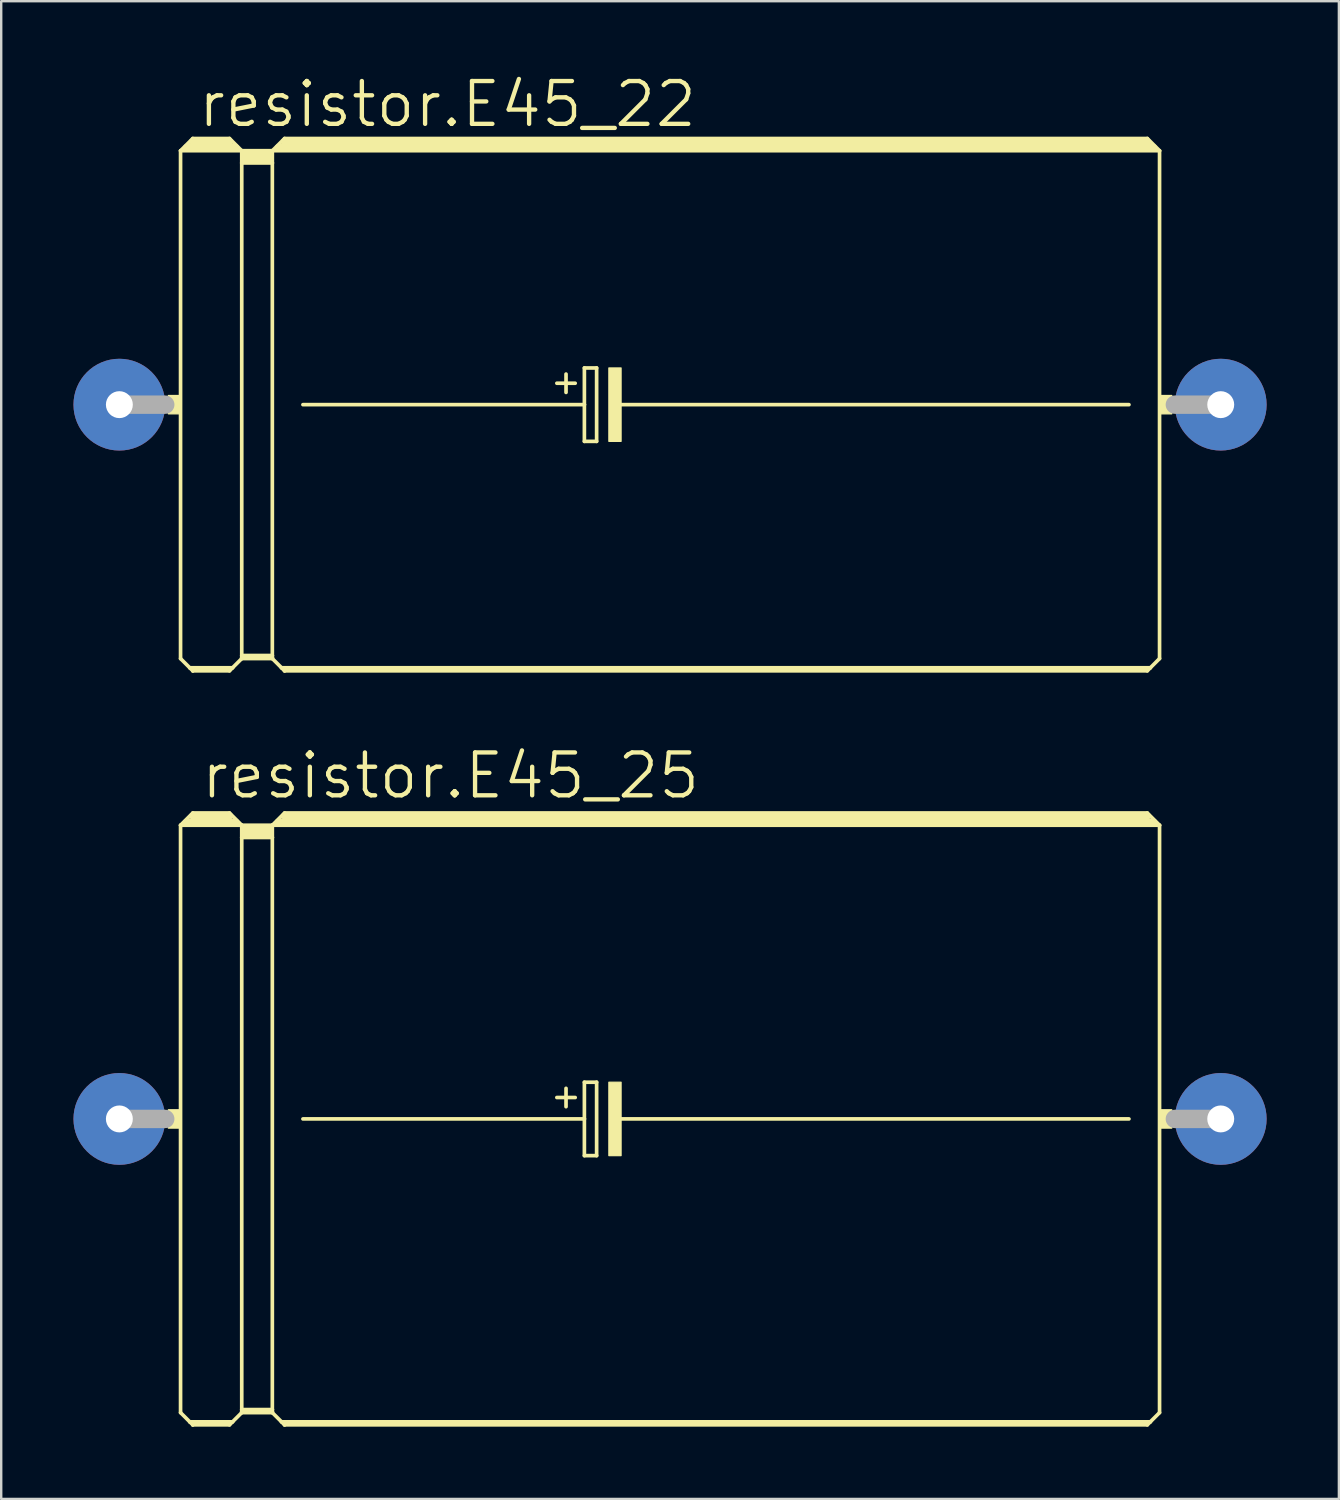
<source format=kicad_pcb>
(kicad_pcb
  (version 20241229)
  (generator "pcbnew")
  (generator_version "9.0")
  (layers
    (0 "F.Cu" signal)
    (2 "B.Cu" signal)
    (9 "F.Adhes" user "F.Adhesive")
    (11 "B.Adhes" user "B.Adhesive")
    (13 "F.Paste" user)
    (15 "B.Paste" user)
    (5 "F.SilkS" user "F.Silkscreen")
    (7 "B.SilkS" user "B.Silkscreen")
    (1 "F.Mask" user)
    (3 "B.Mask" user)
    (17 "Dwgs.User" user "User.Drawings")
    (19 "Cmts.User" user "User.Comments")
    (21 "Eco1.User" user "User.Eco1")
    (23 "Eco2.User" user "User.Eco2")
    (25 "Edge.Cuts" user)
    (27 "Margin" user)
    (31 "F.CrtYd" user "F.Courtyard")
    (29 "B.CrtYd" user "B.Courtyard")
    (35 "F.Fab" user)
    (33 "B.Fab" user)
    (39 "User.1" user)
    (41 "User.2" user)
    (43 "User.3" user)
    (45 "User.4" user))
  (footprint "resistor.E45_22"
    (layer "F.Cu")
    (at 24.765 13.748)
    (property "Reference" "resistor.E45_22" (at -19.685 -11.43 0) (layer "F.SilkS") (effects (font (size 1.778 1.778) (thickness 0.18)) (justify left bottom)))
    (attr through_hole)
    (fp_line (start -20.32 -10.541) (end -20.32 10.541) (stroke (width 0.152) (type default)) (layer "F.SilkS"))
    (fp_line (start -20.32 -10.541) (end -19.812 -11.049) (stroke (width 0.152) (type default)) (layer "F.SilkS"))
    (fp_line (start -20.32 -10.541) (end -17.78 -10.541) (stroke (width 0.152) (type default)) (layer "F.SilkS"))
    (fp_line (start -20.32 10.541) (end -19.939 10.922) (stroke (width 0.152) (type default)) (layer "F.SilkS"))
    (fp_line (start -20.066 -10.668) (end -18.034 -10.668) (stroke (width 0.305) (type default)) (layer "F.SilkS"))
    (fp_line (start -19.939 10.922) (end -19.812 11.049) (stroke (width 0.152) (type default)) (layer "F.SilkS"))
    (fp_line (start -19.939 10.922) (end -18.161 10.922) (stroke (width 0.152) (type default)) (layer "F.SilkS"))
    (fp_line (start -19.812 -11.049) (end -18.288 -11.049) (stroke (width 0.152) (type default)) (layer "F.SilkS"))
    (fp_line (start -19.812 -10.922) (end -18.288 -10.922) (stroke (width 0.305) (type default)) (layer "F.SilkS"))
    (fp_line (start -19.812 10.998) (end -18.288 10.998) (stroke (width 0.152) (type default)) (layer "F.SilkS"))
    (fp_line (start -19.812 11.049) (end -19.812 10.998) (stroke (width 0.152) (type default)) (layer "F.SilkS"))
    (fp_line (start -19.812 11.049) (end -18.288 11.049) (stroke (width 0.152) (type default)) (layer "F.SilkS"))
    (fp_line (start -18.288 -11.049) (end -17.78 -10.541) (stroke (width 0.152) (type default)) (layer "F.SilkS"))
    (fp_line (start -18.288 11.049) (end -18.161 10.922) (stroke (width 0.152) (type default)) (layer "F.SilkS"))
    (fp_line (start -18.161 10.922) (end -17.78 10.541) (stroke (width 0.152) (type default)) (layer "F.SilkS"))
    (fp_line (start -17.78 -10.541) (end -16.51 -10.541) (stroke (width 0.152) (type default)) (layer "F.SilkS"))
    (fp_line (start -17.78 -10.033) (end -17.78 -10.541) (stroke (width 0.152) (type default)) (layer "F.SilkS"))
    (fp_line (start -17.78 -10.033) (end -16.51 -10.033) (stroke (width 0.152) (type default)) (layer "F.SilkS"))
    (fp_line (start -17.78 10.414) (end -17.78 -10.033) (stroke (width 0.152) (type default)) (layer "F.SilkS"))
    (fp_line (start -17.78 10.414) (end -16.51 10.414) (stroke (width 0.152) (type default)) (layer "F.SilkS"))
    (fp_line (start -17.78 10.49) (end -17.78 10.414) (stroke (width 0.152) (type default)) (layer "F.SilkS"))
    (fp_line (start -17.78 10.49) (end -16.51 10.49) (stroke (width 0.152) (type default)) (layer "F.SilkS"))
    (fp_line (start -17.78 10.541) (end -17.78 10.49) (stroke (width 0.152) (type default)) (layer "F.SilkS"))
    (fp_line (start -17.78 10.541) (end -16.51 10.541) (stroke (width 0.152) (type default)) (layer "F.SilkS"))
    (fp_line (start -17.653 -10.414) (end -16.637 -10.414) (stroke (width 0.305) (type default)) (layer "F.SilkS"))
    (fp_line (start -17.653 -10.16) (end -16.637 -10.16) (stroke (width 0.305) (type default)) (layer "F.SilkS"))
    (fp_line (start -16.51 -10.541) (end -16.002 -11.049) (stroke (width 0.152) (type default)) (layer "F.SilkS"))
    (fp_line (start -16.51 -10.541) (end 20.32 -10.541) (stroke (width 0.152) (type default)) (layer "F.SilkS"))
    (fp_line (start -16.51 -10.033) (end -16.51 -10.541) (stroke (width 0.152) (type default)) (layer "F.SilkS"))
    (fp_line (start -16.51 10.414) (end -16.51 -10.033) (stroke (width 0.152) (type default)) (layer "F.SilkS"))
    (fp_line (start -16.51 10.49) (end -16.51 10.414) (stroke (width 0.152) (type default)) (layer "F.SilkS"))
    (fp_line (start -16.51 10.541) (end -16.51 10.49) (stroke (width 0.152) (type default)) (layer "F.SilkS"))
    (fp_line (start -16.51 10.541) (end -16.129 10.922) (stroke (width 0.152) (type default)) (layer "F.SilkS"))
    (fp_line (start -16.256 -10.668) (end 20.066 -10.668) (stroke (width 0.305) (type default)) (layer "F.SilkS"))
    (fp_line (start -16.129 10.922) (end -16.002 11.049) (stroke (width 0.152) (type default)) (layer "F.SilkS"))
    (fp_line (start -16.129 10.922) (end 19.939 10.922) (stroke (width 0.152) (type default)) (layer "F.SilkS"))
    (fp_line (start -16.002 -11.049) (end 19.812 -11.049) (stroke (width 0.152) (type default)) (layer "F.SilkS"))
    (fp_line (start -16.002 -10.922) (end 19.812 -10.922) (stroke (width 0.305) (type default)) (layer "F.SilkS"))
    (fp_line (start -16.002 10.998) (end 19.812 10.998) (stroke (width 0.152) (type default)) (layer "F.SilkS"))
    (fp_line (start -16.002 11.049) (end -16.002 10.998) (stroke (width 0.152) (type default)) (layer "F.SilkS"))
    (fp_line (start -16.002 11.049) (end 19.812 11.049) (stroke (width 0.152) (type default)) (layer "F.SilkS"))
    (fp_line (start -15.24 0) (end -3.556 0) (stroke (width 0.152) (type default)) (layer "F.SilkS"))
    (fp_line (start -4.699 -0.889) (end -3.937 -0.889) (stroke (width 0.152) (type default)) (layer "F.SilkS"))
    (fp_line (start -4.318 -1.27) (end -4.318 -0.508) (stroke (width 0.152) (type default)) (layer "F.SilkS"))
    (fp_line (start -3.556 -1.524) (end -3.556 0) (stroke (width 0.152) (type default)) (layer "F.SilkS"))
    (fp_line (start -3.556 0) (end -3.556 1.524) (stroke (width 0.152) (type default)) (layer "F.SilkS"))
    (fp_line (start -3.556 1.524) (end -3.048 1.524) (stroke (width 0.152) (type default)) (layer "F.SilkS"))
    (fp_line (start -3.048 -1.524) (end -3.556 -1.524) (stroke (width 0.152) (type default)) (layer "F.SilkS"))
    (fp_line (start -3.048 1.524) (end -3.048 -1.524) (stroke (width 0.152) (type default)) (layer "F.SilkS"))
    (fp_line (start -2.159 0) (end 19.05 0) (stroke (width 0.152) (type default)) (layer "F.SilkS"))
    (fp_line (start 19.812 -11.049) (end 20.32 -10.541) (stroke (width 0.152) (type default)) (layer "F.SilkS"))
    (fp_line (start 19.812 11.049) (end 19.939 10.922) (stroke (width 0.152) (type default)) (layer "F.SilkS"))
    (fp_line (start 19.939 10.922) (end 20.32 10.541) (stroke (width 0.152) (type default)) (layer "F.SilkS"))
    (fp_line (start 20.32 -10.541) (end 20.32 10.541) (stroke (width 0.152) (type default)) (layer "F.SilkS"))
    (fp_rect (start -20.828 0.381) (end -20.32 -0.381) (stroke (width 0.05) (type default)) (fill yes) (layer "F.SilkS"))
    (fp_rect (start -2.54 1.524) (end -2.032 -1.524) (stroke (width 0.05) (type default)) (fill yes) (layer "F.SilkS"))
    (fp_rect (start 20.32 0.381) (end 20.828 -0.381) (stroke (width 0.05) (type default)) (fill yes) (layer "F.SilkS"))
    (fp_line (start -22.86 0) (end -20.955 0) (stroke (width 0.762) (type default)) (layer "F.Fab"))
    (fp_line (start 22.86 0) (end 20.955 0) (stroke (width 0.762) (type default)) (layer "F.Fab"))
    (pad "+" thru_hole circle (at -22.86 0) (size 3.81 3.81) (drill 1.118) (layers "*.Cu" "*.Mask"))
    (pad "-" thru_hole circle (at 22.86 0) (size 3.81 3.81) (drill 1.118) (layers "*.Cu" "*.Mask")))
  (footprint "resistor.E45_25"
    (layer "F.Cu")
    (at 24.765 43.399)
    (property "Reference" "resistor.E45_25" (at -19.558 -13.208 0) (layer "F.SilkS") (effects (font (size 1.778 1.778) (thickness 0.18)) (justify left bottom)))
    (attr through_hole)
    (fp_line (start -20.32 -12.192) (end -20.32 12.192) (stroke (width 0.152) (type default)) (layer "F.SilkS"))
    (fp_line (start -20.32 -12.192) (end -19.812 -12.7) (stroke (width 0.152) (type default)) (layer "F.SilkS"))
    (fp_line (start -20.32 -12.192) (end -17.78 -12.192) (stroke (width 0.152) (type default)) (layer "F.SilkS"))
    (fp_line (start -20.32 12.192) (end -19.939 12.573) (stroke (width 0.152) (type default)) (layer "F.SilkS"))
    (fp_line (start -20.066 -12.319) (end -18.034 -12.319) (stroke (width 0.305) (type default)) (layer "F.SilkS"))
    (fp_line (start -19.939 12.573) (end -19.812 12.7) (stroke (width 0.152) (type default)) (layer "F.SilkS"))
    (fp_line (start -19.939 12.573) (end -18.161 12.573) (stroke (width 0.152) (type default)) (layer "F.SilkS"))
    (fp_line (start -19.812 -12.7) (end -18.288 -12.7) (stroke (width 0.152) (type default)) (layer "F.SilkS"))
    (fp_line (start -19.812 -12.573) (end -18.288 -12.573) (stroke (width 0.305) (type default)) (layer "F.SilkS"))
    (fp_line (start -19.812 12.649) (end -18.288 12.649) (stroke (width 0.152) (type default)) (layer "F.SilkS"))
    (fp_line (start -19.812 12.7) (end -19.812 12.649) (stroke (width 0.152) (type default)) (layer "F.SilkS"))
    (fp_line (start -19.812 12.7) (end -18.288 12.7) (stroke (width 0.152) (type default)) (layer "F.SilkS"))
    (fp_line (start -18.288 -12.7) (end -17.78 -12.192) (stroke (width 0.152) (type default)) (layer "F.SilkS"))
    (fp_line (start -18.288 12.7) (end -18.161 12.573) (stroke (width 0.152) (type default)) (layer "F.SilkS"))
    (fp_line (start -18.161 12.573) (end -17.78 12.192) (stroke (width 0.152) (type default)) (layer "F.SilkS"))
    (fp_line (start -17.78 -12.192) (end -16.51 -12.192) (stroke (width 0.152) (type default)) (layer "F.SilkS"))
    (fp_line (start -17.78 -11.684) (end -17.78 -12.192) (stroke (width 0.152) (type default)) (layer "F.SilkS"))
    (fp_line (start -17.78 -11.684) (end -16.51 -11.684) (stroke (width 0.152) (type default)) (layer "F.SilkS"))
    (fp_line (start -17.78 12.065) (end -17.78 -11.684) (stroke (width 0.152) (type default)) (layer "F.SilkS"))
    (fp_line (start -17.78 12.065) (end -16.51 12.065) (stroke (width 0.152) (type default)) (layer "F.SilkS"))
    (fp_line (start -17.78 12.141) (end -17.78 12.065) (stroke (width 0.152) (type default)) (layer "F.SilkS"))
    (fp_line (start -17.78 12.141) (end -16.51 12.141) (stroke (width 0.152) (type default)) (layer "F.SilkS"))
    (fp_line (start -17.78 12.192) (end -17.78 12.141) (stroke (width 0.152) (type default)) (layer "F.SilkS"))
    (fp_line (start -17.78 12.192) (end -16.51 12.192) (stroke (width 0.152) (type default)) (layer "F.SilkS"))
    (fp_line (start -17.653 -12.065) (end -16.637 -12.065) (stroke (width 0.305) (type default)) (layer "F.SilkS"))
    (fp_line (start -17.653 -11.811) (end -16.637 -11.811) (stroke (width 0.305) (type default)) (layer "F.SilkS"))
    (fp_line (start -16.51 -12.192) (end -16.002 -12.7) (stroke (width 0.152) (type default)) (layer "F.SilkS"))
    (fp_line (start -16.51 -12.192) (end 20.32 -12.192) (stroke (width 0.152) (type default)) (layer "F.SilkS"))
    (fp_line (start -16.51 -11.684) (end -16.51 -12.192) (stroke (width 0.152) (type default)) (layer "F.SilkS"))
    (fp_line (start -16.51 12.065) (end -16.51 -11.684) (stroke (width 0.152) (type default)) (layer "F.SilkS"))
    (fp_line (start -16.51 12.141) (end -16.51 12.065) (stroke (width 0.152) (type default)) (layer "F.SilkS"))
    (fp_line (start -16.51 12.192) (end -16.51 12.141) (stroke (width 0.152) (type default)) (layer "F.SilkS"))
    (fp_line (start -16.51 12.192) (end -16.129 12.573) (stroke (width 0.152) (type default)) (layer "F.SilkS"))
    (fp_line (start -16.256 -12.319) (end 20.066 -12.319) (stroke (width 0.305) (type default)) (layer "F.SilkS"))
    (fp_line (start -16.129 12.573) (end -16.002 12.7) (stroke (width 0.152) (type default)) (layer "F.SilkS"))
    (fp_line (start -16.129 12.573) (end 19.939 12.573) (stroke (width 0.152) (type default)) (layer "F.SilkS"))
    (fp_line (start -16.002 -12.7) (end 19.812 -12.7) (stroke (width 0.152) (type default)) (layer "F.SilkS"))
    (fp_line (start -16.002 -12.573) (end 19.812 -12.573) (stroke (width 0.305) (type default)) (layer "F.SilkS"))
    (fp_line (start -16.002 12.649) (end 19.812 12.649) (stroke (width 0.152) (type default)) (layer "F.SilkS"))
    (fp_line (start -16.002 12.7) (end -16.002 12.649) (stroke (width 0.152) (type default)) (layer "F.SilkS"))
    (fp_line (start -16.002 12.7) (end 19.812 12.7) (stroke (width 0.152) (type default)) (layer "F.SilkS"))
    (fp_line (start -15.24 0) (end -3.556 0) (stroke (width 0.152) (type default)) (layer "F.SilkS"))
    (fp_line (start -4.699 -0.889) (end -3.937 -0.889) (stroke (width 0.152) (type default)) (layer "F.SilkS"))
    (fp_line (start -4.318 -1.27) (end -4.318 -0.508) (stroke (width 0.152) (type default)) (layer "F.SilkS"))
    (fp_line (start -3.556 -1.524) (end -3.556 0) (stroke (width 0.152) (type default)) (layer "F.SilkS"))
    (fp_line (start -3.556 0) (end -3.556 1.524) (stroke (width 0.152) (type default)) (layer "F.SilkS"))
    (fp_line (start -3.556 1.524) (end -3.048 1.524) (stroke (width 0.152) (type default)) (layer "F.SilkS"))
    (fp_line (start -3.048 -1.524) (end -3.556 -1.524) (stroke (width 0.152) (type default)) (layer "F.SilkS"))
    (fp_line (start -3.048 1.524) (end -3.048 -1.524) (stroke (width 0.152) (type default)) (layer "F.SilkS"))
    (fp_line (start -2.159 0) (end 19.05 0) (stroke (width 0.152) (type default)) (layer "F.SilkS"))
    (fp_line (start 19.812 -12.7) (end 20.32 -12.192) (stroke (width 0.152) (type default)) (layer "F.SilkS"))
    (fp_line (start 19.812 12.7) (end 19.939 12.573) (stroke (width 0.152) (type default)) (layer "F.SilkS"))
    (fp_line (start 19.939 12.573) (end 20.32 12.192) (stroke (width 0.152) (type default)) (layer "F.SilkS"))
    (fp_line (start 20.32 -12.192) (end 20.32 12.192) (stroke (width 0.152) (type default)) (layer "F.SilkS"))
    (fp_rect (start -20.828 0.381) (end -20.32 -0.381) (stroke (width 0.05) (type default)) (fill yes) (layer "F.SilkS"))
    (fp_rect (start -2.54 1.524) (end -2.032 -1.524) (stroke (width 0.05) (type default)) (fill yes) (layer "F.SilkS"))
    (fp_rect (start 20.32 0.381) (end 20.828 -0.381) (stroke (width 0.05) (type default)) (fill yes) (layer "F.SilkS"))
    (fp_line (start -22.86 0) (end -20.955 0) (stroke (width 0.762) (type default)) (layer "F.Fab"))
    (fp_line (start 22.86 0) (end 20.955 0) (stroke (width 0.762) (type default)) (layer "F.Fab"))
    (pad "+" thru_hole circle (at -22.86 0) (size 3.81 3.81) (drill 1.118) (layers "*.Cu" "*.Mask"))
    (pad "-" thru_hole circle (at 22.86 0) (size 3.81 3.81) (drill 1.118) (layers "*.Cu" "*.Mask")))
  (gr_rect
    (start -3 -3)
    (end 52.53 59.175)
    (stroke (width 0.1) (type default))
    (fill no)
    (layer "Edge.Cuts")))
</source>
